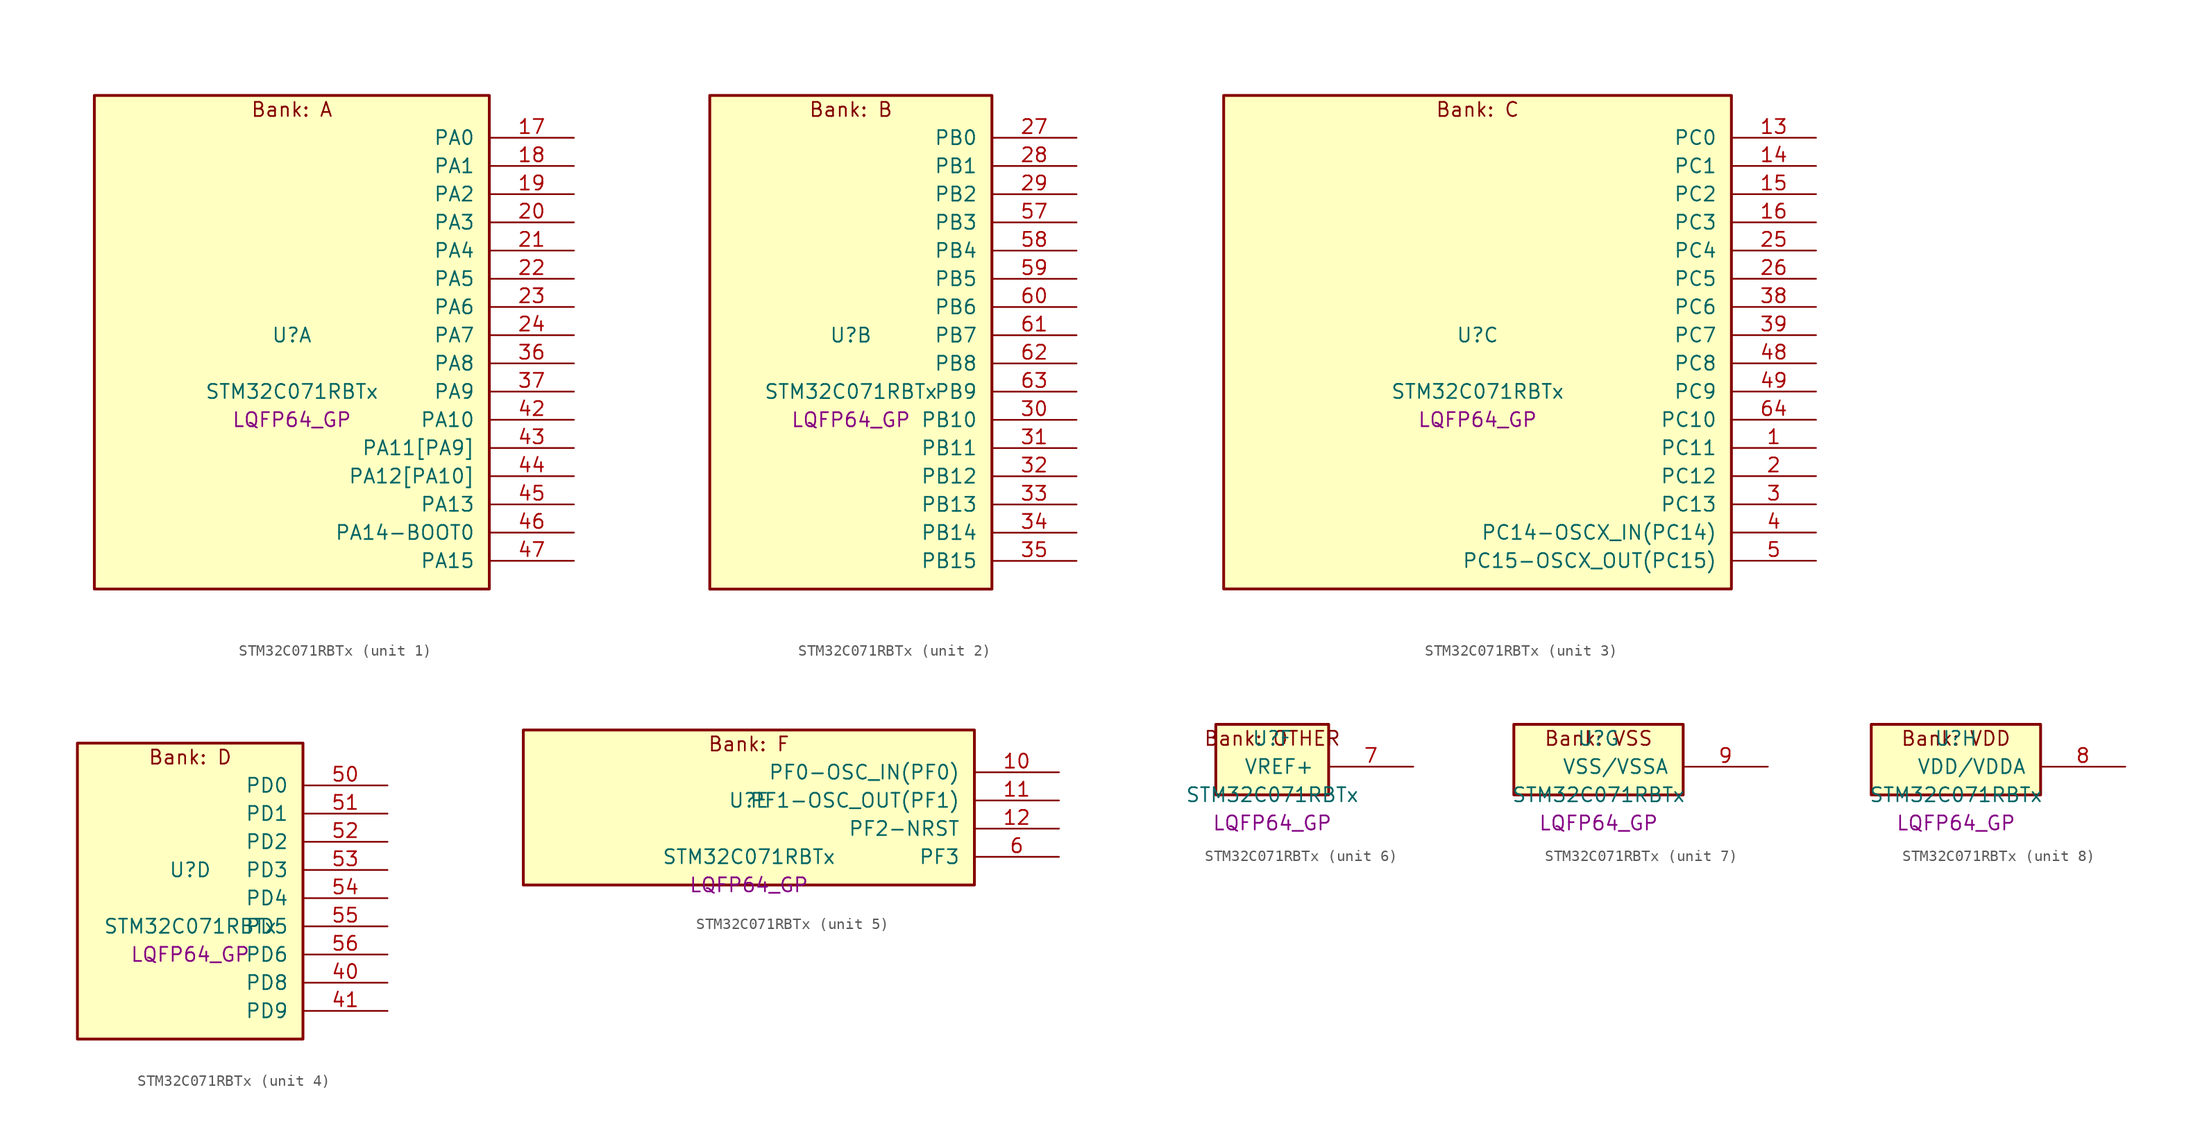
<source format=kicad_sym>
(kicad_symbol_lib
  (version 20241209)
  (generator "stm32_pkl_generator")
  (generator_version "1.0")
  (symbol "STM32C071RBTx"
    (pin_names
      (offset 1.27))
    (property "Reference" "U"
      (at 0 2.54 0))
    (property "Value" "STM32C071RBTx"
      (at 0 -2.54 0))
    (property "Footprint" "LQFP64_GP"
      (at 0 -5.08 0))
    (symbol "STM32C071RBTx_1_1"
      (rectangle (start -17.78 24.13) (end 17.78 -20.32) (stroke (width 0.254) (type solid)) (fill (type background)))
      (text "Bank: A" (at 0 22.86 0))
      (pin bidirectional line (at 25.4 20.32 180) (length 7.62) (name "PA0") (number "17") (alternate "PA0/ADC1_IN0" bidirectional line) (alternate "PA0/PWR_WKUP1" bidirectional line) (alternate "PA0/SPI2_SCK" bidirectional line) (alternate "PA0/TIM16_CH1" bidirectional line) (alternate "PA0/TIM1_CH1" bidirectional line) (alternate "PA0/TIM2_CH1" bidirectional line) (alternate "PA0/TIM2_ETR" bidirectional line) (alternate "PA0/USART1_TX" bidirectional line) (alternate "PA0/USART2_CTS" bidirectional line) (alternate "PA0/USART2_NSS" bidirectional line))
      (pin bidirectional line (at 25.4 17.78 180) (length 7.62) (name "PA1") (number "18") (alternate "PA1/ADC1_IN1" bidirectional line) (alternate "PA1/I2C1_SMBA" bidirectional line) (alternate "PA1/I2S1_CK" bidirectional line) (alternate "PA1/SPI1_SCK" bidirectional line) (alternate "PA1/TIM17_CH1" bidirectional line) (alternate "PA1/TIM1_CH2" bidirectional line) (alternate "PA1/TIM2_CH2" bidirectional line) (alternate "PA1/USART1_RX" bidirectional line) (alternate "PA1/USART2_CK" bidirectional line) (alternate "PA1/USART2_DE" bidirectional line) (alternate "PA1/USART2_RTS" bidirectional line))
      (pin bidirectional line (at 25.4 15.24 180) (length 7.62) (name "PA2") (number "19") (alternate "PA2/ADC1_IN2" bidirectional line) (alternate "PA2/I2S1_SD" bidirectional line) (alternate "PA2/PWR_WKUP4" bidirectional line) (alternate "PA2/RCC_LSCO" bidirectional line) (alternate "PA2/SPI1_MOSI" bidirectional line) (alternate "PA2/TIM16_CH1N" bidirectional line) (alternate "PA2/TIM1_CH3" bidirectional line) (alternate "PA2/TIM2_CH3" bidirectional line) (alternate "PA2/TIM3_ETR" bidirectional line) (alternate "PA2/USART2_TX" bidirectional line))
      (pin bidirectional line (at 25.4 12.7 180) (length 7.62) (name "PA3") (number "20") (alternate "PA3/ADC1_IN3" bidirectional line) (alternate "PA3/SPI2_MISO" bidirectional line) (alternate "PA3/TIM1_CH1N" bidirectional line) (alternate "PA3/TIM1_CH4" bidirectional line) (alternate "PA3/TIM2_CH4" bidirectional line) (alternate "PA3/USART2_RX" bidirectional line))
      (pin bidirectional line (at 25.4 10.16 180) (length 7.62) (name "PA4") (number "21") (alternate "PA4/ADC1_IN4" bidirectional line) (alternate "PA4/I2S1_WS" bidirectional line) (alternate "PA4/RTC_OUT2" bidirectional line) (alternate "PA4/SPI1_NSS" bidirectional line) (alternate "PA4/SPI2_MOSI" bidirectional line) (alternate "PA4/TIM14_CH1" bidirectional line) (alternate "PA4/TIM17_CH1N" bidirectional line) (alternate "PA4/TIM1_CH2N" bidirectional line) (alternate "PA4/USART2_TX" bidirectional line) (alternate "PA4/USB_NOE" bidirectional line))
      (pin bidirectional line (at 25.4 7.62 180) (length 7.62) (name "PA5") (number "22") (alternate "PA5/ADC1_IN5" bidirectional line) (alternate "PA5/I2S1_CK" bidirectional line) (alternate "PA5/SPI1_SCK" bidirectional line) (alternate "PA5/TIM1_CH1" bidirectional line) (alternate "PA5/TIM1_CH3N" bidirectional line) (alternate "PA5/TIM2_CH1" bidirectional line) (alternate "PA5/TIM2_ETR" bidirectional line) (alternate "PA5/USART2_RX" bidirectional line))
      (pin bidirectional line (at 25.4 5.08 180) (length 7.62) (name "PA6") (number "23") (alternate "PA6/ADC1_IN6" bidirectional line) (alternate "PA6/I2C2_SDA" bidirectional line) (alternate "PA6/I2S1_MCK" bidirectional line) (alternate "PA6/SPI1_MISO" bidirectional line) (alternate "PA6/TIM16_CH1" bidirectional line) (alternate "PA6/TIM1_BKIN" bidirectional line) (alternate "PA6/TIM3_CH1" bidirectional line))
      (pin bidirectional line (at 25.4 2.54 180) (length 7.62) (name "PA7") (number "24") (alternate "PA7/ADC1_IN7" bidirectional line) (alternate "PA7/I2C2_SCL" bidirectional line) (alternate "PA7/I2S1_SD" bidirectional line) (alternate "PA7/SPI1_MOSI" bidirectional line) (alternate "PA7/TIM14_CH1" bidirectional line) (alternate "PA7/TIM17_CH1" bidirectional line) (alternate "PA7/TIM1_CH1N" bidirectional line) (alternate "PA7/TIM3_CH2" bidirectional line))
      (pin bidirectional line (at 25.4 0 180) (length 7.62) (name "PA8") (number "36") (alternate "PA8/ADC1_IN8" bidirectional line) (alternate "PA8/CRS_SYNC" bidirectional line) (alternate "PA8/I2S1_WS" bidirectional line) (alternate "PA8/RCC_MCO" bidirectional line) (alternate "PA8/RCC_MCO_2" bidirectional line) (alternate "PA8/SPI1_NSS" bidirectional line) (alternate "PA8/SPI2_MISO" bidirectional line) (alternate "PA8/SPI2_NSS" bidirectional line) (alternate "PA8/TIM14_CH1" bidirectional line) (alternate "PA8/TIM1_CH1" bidirectional line) (alternate "PA8/TIM1_CH2N" bidirectional line) (alternate "PA8/TIM1_CH3N" bidirectional line) (alternate "PA8/TIM3_CH3" bidirectional line) (alternate "PA8/TIM3_CH4" bidirectional line) (alternate "PA8/USART1_RX" bidirectional line) (alternate "PA8/USART2_TX" bidirectional line))
      (pin bidirectional line (at 25.4 -2.54 180) (length 7.62) (name "PA9") (number "37") (alternate "PA9/I2C1_SCL" bidirectional line) (alternate "PA9/I2C2_SCL" bidirectional line) (alternate "PA9/RCC_MCO" bidirectional line) (alternate "PA9/SPI2_MISO" bidirectional line) (alternate "PA9/TIM1_CH2" bidirectional line) (alternate "PA9/TIM3_ETR" bidirectional line) (alternate "PA9/USART1_TX" bidirectional line) (alternate "PA9/NC" bidirectional line))
      (pin bidirectional line (at 25.4 -5.08 180) (length 7.62) (name "PA10") (number "42") (alternate "PA10/I2C1_SDA" bidirectional line) (alternate "PA10/I2C2_SDA" bidirectional line) (alternate "PA10/RCC_MCO_2" bidirectional line) (alternate "PA10/SPI2_MOSI" bidirectional line) (alternate "PA10/TIM17_BKIN" bidirectional line) (alternate "PA10/TIM1_CH3" bidirectional line) (alternate "PA10/USART1_RX" bidirectional line) (alternate "PA10/NC" bidirectional line))
      (pin bidirectional line (at 25.4 -7.62 180) (length 7.62) (name "PA11[PA9]") (number "43") (alternate "PA11[PA9]/ADC1_EXTI11" bidirectional line) (alternate "PA11[PA9]/I2C2_SCL" bidirectional line) (alternate "PA11[PA9]/I2S1_MCK" bidirectional line) (alternate "PA11[PA9]/SPI1_MISO" bidirectional line) (alternate "PA11[PA9]/TIM1_BKIN2" bidirectional line) (alternate "PA11[PA9]/TIM1_CH4" bidirectional line) (alternate "PA11[PA9]/USART1_CTS" bidirectional line) (alternate "PA11[PA9]/USART1_NSS" bidirectional line) (alternate "PA11[PA9]/USB_DM" bidirectional line) (alternate "PA11[PA9]/PA9[PA11]" bidirectional line) (alternate "PA11[PA9]/I2C1_SCL" bidirectional line) (alternate "PA11[PA9]/RCC_MCO" bidirectional line) (alternate "PA11[PA9]/SPI2_MISO" bidirectional line) (alternate "PA11[PA9]/TIM1_CH2" bidirectional line) (alternate "PA11[PA9]/TIM3_ETR" bidirectional line) (alternate "PA11[PA9]/USART1_TX" bidirectional line))
      (pin bidirectional line (at 25.4 -10.16 180) (length 7.62) (name "PA12[PA10]") (number "44") (alternate "PA12[PA10]/I2C2_SDA" bidirectional line) (alternate "PA12[PA10]/I2S1_SD" bidirectional line) (alternate "PA12[PA10]/I2S_CKIN" bidirectional line) (alternate "PA12[PA10]/SPI1_MOSI" bidirectional line) (alternate "PA12[PA10]/TIM1_ETR" bidirectional line) (alternate "PA12[PA10]/USART1_CK" bidirectional line) (alternate "PA12[PA10]/USART1_DE" bidirectional line) (alternate "PA12[PA10]/USART1_RTS" bidirectional line) (alternate "PA12[PA10]/USB_DP" bidirectional line) (alternate "PA12[PA10]/PA10[PA12]" bidirectional line) (alternate "PA12[PA10]/I2C1_SDA" bidirectional line) (alternate "PA12[PA10]/RCC_MCO_2" bidirectional line) (alternate "PA12[PA10]/SPI2_MOSI" bidirectional line) (alternate "PA12[PA10]/TIM17_BKIN" bidirectional line) (alternate "PA12[PA10]/TIM1_CH3" bidirectional line) (alternate "PA12[PA10]/USART1_RX" bidirectional line))
      (pin bidirectional line (at 25.4 -12.7 180) (length 7.62) (name "PA13") (number "45") (alternate "PA13/ADC1_IN13" bidirectional line) (alternate "PA13/DEBUG_SWDIO" bidirectional line) (alternate "PA13/IR_OUT" bidirectional line) (alternate "PA13/TIM3_ETR" bidirectional line) (alternate "PA13/USART2_RX" bidirectional line) (alternate "PA13/USB_NOE" bidirectional line))
      (pin bidirectional line (at 25.4 -15.24 180) (length 7.62) (name "PA14-BOOT0") (number "46") (alternate "PA14-BOOT0/ADC1_IN14" bidirectional line) (alternate "PA14-BOOT0/DEBUG_SWCLK" bidirectional line) (alternate "PA14-BOOT0/I2S1_WS" bidirectional line) (alternate "PA14-BOOT0/RCC_MCO_2" bidirectional line) (alternate "PA14-BOOT0/SPI1_NSS" bidirectional line) (alternate "PA14-BOOT0/TIM1_CH1" bidirectional line) (alternate "PA14-BOOT0/USART1_CK" bidirectional line) (alternate "PA14-BOOT0/USART1_DE" bidirectional line) (alternate "PA14-BOOT0/USART1_RTS" bidirectional line) (alternate "PA14-BOOT0/USART2_RX" bidirectional line) (alternate "PA14-BOOT0/USART2_TX" bidirectional line))
      (pin bidirectional line (at 25.4 -17.78 180) (length 7.62) (name "PA15") (number "47") (alternate "PA15/I2S1_WS" bidirectional line) (alternate "PA15/RCC_MCO_2" bidirectional line) (alternate "PA15/SPI1_NSS" bidirectional line) (alternate "PA15/TIM1_CH1" bidirectional line) (alternate "PA15/TIM2_CH1" bidirectional line) (alternate "PA15/TIM2_ETR" bidirectional line) (alternate "PA15/USART1_CK" bidirectional line) (alternate "PA15/USART1_DE" bidirectional line) (alternate "PA15/USART1_RTS" bidirectional line) (alternate "PA15/USART2_RX" bidirectional line) (alternate "PA15/USB_NOE" bidirectional line)))
    (symbol "STM32C071RBTx_2_1"
      (rectangle (start -12.7 24.13) (end 12.7 -20.32) (stroke (width 0.254) (type solid)) (fill (type background)))
      (text "Bank: B" (at 0 22.86 0))
      (pin bidirectional line (at 20.32 20.32 180) (length 7.62) (name "PB0") (number "27") (alternate "PB0/ADC1_IN17" bidirectional line) (alternate "PB0/I2S1_WS" bidirectional line) (alternate "PB0/SPI1_NSS" bidirectional line) (alternate "PB0/TIM1_CH2N" bidirectional line) (alternate "PB0/TIM3_CH3" bidirectional line))
      (pin bidirectional line (at 20.32 17.78 180) (length 7.62) (name "PB1") (number "28") (alternate "PB1/ADC1_IN18" bidirectional line) (alternate "PB1/TIM14_CH1" bidirectional line) (alternate "PB1/TIM1_CH2N" bidirectional line) (alternate "PB1/TIM1_CH3N" bidirectional line) (alternate "PB1/TIM3_CH4" bidirectional line))
      (pin bidirectional line (at 20.32 15.24 180) (length 7.62) (name "PB2") (number "29") (alternate "PB2/ADC1_IN19" bidirectional line) (alternate "PB2/RCC_MCO_2" bidirectional line) (alternate "PB2/SPI2_MISO" bidirectional line) (alternate "PB2/USART1_RX" bidirectional line))
      (pin bidirectional line (at 20.32 12.7 180) (length 7.62) (name "PB3") (number "57") (alternate "PB3/I2C2_SCL" bidirectional line) (alternate "PB3/I2S1_CK" bidirectional line) (alternate "PB3/SPI1_SCK" bidirectional line) (alternate "PB3/TIM1_CH2" bidirectional line) (alternate "PB3/TIM2_CH2" bidirectional line) (alternate "PB3/TIM3_CH2" bidirectional line) (alternate "PB3/USART1_CK" bidirectional line) (alternate "PB3/USART1_DE" bidirectional line) (alternate "PB3/USART1_RTS" bidirectional line))
      (pin bidirectional line (at 20.32 10.16 180) (length 7.62) (name "PB4") (number "58") (alternate "PB4/I2C2_SDA" bidirectional line) (alternate "PB4/I2S1_MCK" bidirectional line) (alternate "PB4/SPI1_MISO" bidirectional line) (alternate "PB4/TIM17_BKIN" bidirectional line) (alternate "PB4/TIM3_CH1" bidirectional line) (alternate "PB4/USART1_CTS" bidirectional line) (alternate "PB4/USART1_NSS" bidirectional line))
      (pin bidirectional line (at 20.32 7.62 180) (length 7.62) (name "PB5") (number "59") (alternate "PB5/I2C1_SMBA" bidirectional line) (alternate "PB5/I2S1_SD" bidirectional line) (alternate "PB5/PWR_WKUP6" bidirectional line) (alternate "PB5/SPI1_MOSI" bidirectional line) (alternate "PB5/TIM16_BKIN" bidirectional line) (alternate "PB5/TIM3_CH2" bidirectional line) (alternate "PB5/TIM3_CH3" bidirectional line))
      (pin bidirectional line (at 20.32 5.08 180) (length 7.62) (name "PB6") (number "60") (alternate "PB6/I2C1_SCL" bidirectional line) (alternate "PB6/I2C1_SMBA" bidirectional line) (alternate "PB6/I2S1_CK" bidirectional line) (alternate "PB6/I2S1_MCK" bidirectional line) (alternate "PB6/I2S1_SD" bidirectional line) (alternate "PB6/PWR_WKUP3" bidirectional line) (alternate "PB6/SPI1_MISO" bidirectional line) (alternate "PB6/SPI1_MOSI" bidirectional line) (alternate "PB6/SPI1_SCK" bidirectional line) (alternate "PB6/SPI2_MISO" bidirectional line) (alternate "PB6/TIM16_BKIN" bidirectional line) (alternate "PB6/TIM16_CH1N" bidirectional line) (alternate "PB6/TIM17_BKIN" bidirectional line) (alternate "PB6/TIM1_CH2" bidirectional line) (alternate "PB6/TIM1_CH3" bidirectional line) (alternate "PB6/TIM3_CH1" bidirectional line) (alternate "PB6/TIM3_CH2" bidirectional line) (alternate "PB6/TIM3_CH3" bidirectional line) (alternate "PB6/USART1_CTS" bidirectional line) (alternate "PB6/USART1_NSS" bidirectional line) (alternate "PB6/USART1_TX" bidirectional line))
      (pin bidirectional line (at 20.32 2.54 180) (length 7.62) (name "PB7") (number "61") (alternate "PB7/I2C1_SCL" bidirectional line) (alternate "PB7/I2C1_SDA" bidirectional line) (alternate "PB7/SPI2_MOSI" bidirectional line) (alternate "PB7/TIM16_CH1" bidirectional line) (alternate "PB7/TIM17_CH1N" bidirectional line) (alternate "PB7/TIM1_CH4" bidirectional line) (alternate "PB7/TIM3_CH1" bidirectional line) (alternate "PB7/TIM3_CH4" bidirectional line) (alternate "PB7/USART1_RX" bidirectional line) (alternate "PB7/USART2_CTS" bidirectional line) (alternate "PB7/USART2_NSS" bidirectional line))
      (pin bidirectional line (at 20.32 0 180) (length 7.62) (name "PB8") (number "62") (alternate "PB8/I2C1_SCL" bidirectional line) (alternate "PB8/SPI2_SCK" bidirectional line) (alternate "PB8/TIM16_CH1" bidirectional line) (alternate "PB8/TIM3_CH1" bidirectional line) (alternate "PB8/USART2_CTS" bidirectional line) (alternate "PB8/USART2_NSS" bidirectional line))
      (pin bidirectional line (at 20.32 -2.54 180) (length 7.62) (name "PB9") (number "63") (alternate "PB9/I2C1_SDA" bidirectional line) (alternate "PB9/IR_OUT" bidirectional line) (alternate "PB9/SPI2_NSS" bidirectional line) (alternate "PB9/TIM17_CH1" bidirectional line) (alternate "PB9/TIM3_CH2" bidirectional line) (alternate "PB9/USART2_CK" bidirectional line) (alternate "PB9/USART2_DE" bidirectional line) (alternate "PB9/USART2_RTS" bidirectional line))
      (pin bidirectional line (at 20.32 -5.08 180) (length 7.62) (name "PB10") (number "30") (alternate "PB10/ADC1_IN20" bidirectional line) (alternate "PB10/I2C2_SCL" bidirectional line) (alternate "PB10/SPI2_SCK" bidirectional line) (alternate "PB10/TIM2_CH3" bidirectional line))
      (pin bidirectional line (at 20.32 -7.62 180) (length 7.62) (name "PB11") (number "31") (alternate "PB11/ADC1_EXTI11" bidirectional line) (alternate "PB11/ADC1_IN21" bidirectional line) (alternate "PB11/I2C2_SDA" bidirectional line) (alternate "PB11/SPI2_MOSI" bidirectional line) (alternate "PB11/TIM2_CH4" bidirectional line))
      (pin bidirectional line (at 20.32 -10.16 180) (length 7.62) (name "PB12") (number "32") (alternate "PB12/ADC1_IN22" bidirectional line) (alternate "PB12/SPI2_NSS" bidirectional line) (alternate "PB12/TIM1_BKIN" bidirectional line) (alternate "PB12/TIM1_BKIN2" bidirectional line))
      (pin bidirectional line (at 20.32 -12.7 180) (length 7.62) (name "PB13") (number "33") (alternate "PB13/I2C2_SCL" bidirectional line) (alternate "PB13/SPI2_SCK" bidirectional line) (alternate "PB13/TIM1_CH1N" bidirectional line))
      (pin bidirectional line (at 20.32 -15.24 180) (length 7.62) (name "PB14") (number "34") (alternate "PB14/I2C2_SDA" bidirectional line) (alternate "PB14/SPI2_MISO" bidirectional line) (alternate "PB14/TIM1_CH2N" bidirectional line))
      (pin bidirectional line (at 20.32 -17.78 180) (length 7.62) (name "PB15") (number "35") (alternate "PB15/RTC_REFIN" bidirectional line) (alternate "PB15/SPI2_MOSI" bidirectional line) (alternate "PB15/TIM1_CH3N" bidirectional line)))
    (symbol "STM32C071RBTx_3_1"
      (rectangle (start -22.86 24.13) (end 22.86 -20.32) (stroke (width 0.254) (type solid)) (fill (type background)))
      (text "Bank: C" (at 0 22.86 0))
      (pin bidirectional line (at 30.48 20.32 180) (length 7.62) (name "PC0") (number "13"))
      (pin bidirectional line (at 30.48 17.78 180) (length 7.62) (name "PC1") (number "14"))
      (pin bidirectional line (at 30.48 15.24 180) (length 7.62) (name "PC2") (number "15") (alternate "PC2/SPI2_MISO" bidirectional line))
      (pin bidirectional line (at 30.48 12.7 180) (length 7.62) (name "PC3") (number "16") (alternate "PC3/SPI2_MOSI" bidirectional line))
      (pin bidirectional line (at 30.48 10.16 180) (length 7.62) (name "PC4") (number "25") (alternate "PC4/ADC1_IN11" bidirectional line) (alternate "PC4/TIM2_CH1" bidirectional line) (alternate "PC4/TIM2_ETR" bidirectional line) (alternate "PC4/USART1_TX" bidirectional line))
      (pin bidirectional line (at 30.48 7.62 180) (length 7.62) (name "PC5") (number "26") (alternate "PC5/ADC1_IN12" bidirectional line) (alternate "PC5/PWR_WKUP5" bidirectional line) (alternate "PC5/TIM2_CH2" bidirectional line) (alternate "PC5/USART1_RX" bidirectional line))
      (pin bidirectional line (at 30.48 5.08 180) (length 7.62) (name "PC6") (number "38") (alternate "PC6/TIM2_CH3" bidirectional line) (alternate "PC6/TIM3_CH1" bidirectional line))
      (pin bidirectional line (at 30.48 2.54 180) (length 7.62) (name "PC7") (number "39") (alternate "PC7/TIM2_CH4" bidirectional line) (alternate "PC7/TIM3_CH2" bidirectional line))
      (pin bidirectional line (at 30.48 0 180) (length 7.62) (name "PC8") (number "48") (alternate "PC8/TIM1_CH1" bidirectional line) (alternate "PC8/TIM3_CH3" bidirectional line))
      (pin bidirectional line (at 30.48 -2.54 180) (length 7.62) (name "PC9") (number "49") (alternate "PC9/I2S_CKIN" bidirectional line) (alternate "PC9/TIM1_CH2" bidirectional line) (alternate "PC9/TIM3_CH4" bidirectional line) (alternate "PC9/USB_NOE" bidirectional line))
      (pin bidirectional line (at 30.48 -5.08 180) (length 7.62) (name "PC10") (number "64") (alternate "PC10/TIM1_CH3" bidirectional line))
      (pin bidirectional line (at 30.48 -7.62 180) (length 7.62) (name "PC11") (number "1") (alternate "PC11/ADC1_EXTI11" bidirectional line) (alternate "PC11/TIM1_CH4" bidirectional line))
      (pin bidirectional line (at 30.48 -10.16 180) (length 7.62) (name "PC12") (number "2") (alternate "PC12/TIM14_CH1" bidirectional line))
      (pin bidirectional line (at 30.48 -12.7 180) (length 7.62) (name "PC13") (number "3") (alternate "PC13/PWR_WKUP2" bidirectional line) (alternate "PC13/RTC_OUT1" bidirectional line) (alternate "PC13/RTC_TS" bidirectional line) (alternate "PC13/TIM1_BKIN" bidirectional line) (alternate "PC13/TIM1_ETR" bidirectional line))
      (pin bidirectional line (at 30.48 -15.24 180) (length 7.62) (name "PC14-OSCX_IN(PC14)") (number "4") (alternate "PC14-OSCX_IN(PC14)/I2C1_SDA" bidirectional line) (alternate "PC14-OSCX_IN(PC14)/IR_OUT" bidirectional line) (alternate "PC14-OSCX_IN(PC14)/RCC_OSCX_IN" bidirectional line) (alternate "PC14-OSCX_IN(PC14)/SPI2_NSS" bidirectional line) (alternate "PC14-OSCX_IN(PC14)/TIM17_CH1" bidirectional line) (alternate "PC14-OSCX_IN(PC14)/TIM1_BKIN2" bidirectional line) (alternate "PC14-OSCX_IN(PC14)/TIM1_ETR" bidirectional line) (alternate "PC14-OSCX_IN(PC14)/TIM3_CH2" bidirectional line) (alternate "PC14-OSCX_IN(PC14)/USART1_TX" bidirectional line) (alternate "PC14-OSCX_IN(PC14)/USART2_CK" bidirectional line) (alternate "PC14-OSCX_IN(PC14)/USART2_DE" bidirectional line) (alternate "PC14-OSCX_IN(PC14)/USART2_RTS" bidirectional line))
      (pin bidirectional line (at 30.48 -17.78 180) (length 7.62) (name "PC15-OSCX_OUT(PC15)") (number "5") (alternate "PC15-OSCX_OUT(PC15)/RCC_OSC32_EN" bidirectional line) (alternate "PC15-OSCX_OUT(PC15)/RCC_OSCX_OUT" bidirectional line) (alternate "PC15-OSCX_OUT(PC15)/RCC_OSC_EN" bidirectional line) (alternate "PC15-OSCX_OUT(PC15)/TIM1_ETR" bidirectional line) (alternate "PC15-OSCX_OUT(PC15)/TIM3_CH3" bidirectional line)))
    (symbol "STM32C071RBTx_4_1"
      (rectangle (start -10.16 13.97) (end 10.16 -12.7) (stroke (width 0.254) (type solid)) (fill (type background)))
      (text "Bank: D" (at 0 12.7 0))
      (pin bidirectional line (at 17.78 10.16 180) (length 7.62) (name "PD0") (number "50") (alternate "PD0/SPI2_NSS" bidirectional line) (alternate "PD0/TIM16_CH1" bidirectional line))
      (pin bidirectional line (at 17.78 7.62 180) (length 7.62) (name "PD1") (number "51") (alternate "PD1/SPI2_SCK" bidirectional line) (alternate "PD1/TIM17_CH1" bidirectional line))
      (pin bidirectional line (at 17.78 5.08 180) (length 7.62) (name "PD2") (number "52") (alternate "PD2/TIM1_CH1N" bidirectional line) (alternate "PD2/TIM3_ETR" bidirectional line))
      (pin bidirectional line (at 17.78 2.54 180) (length 7.62) (name "PD3") (number "53") (alternate "PD3/SPI2_MISO" bidirectional line) (alternate "PD3/TIM1_CH2N" bidirectional line) (alternate "PD3/USART2_CTS" bidirectional line) (alternate "PD3/USART2_NSS" bidirectional line))
      (pin bidirectional line (at 17.78 0 180) (length 7.62) (name "PD4") (number "54") (alternate "PD4/SPI2_MOSI" bidirectional line) (alternate "PD4/TIM1_CH3N" bidirectional line) (alternate "PD4/USART2_CK" bidirectional line) (alternate "PD4/USART2_DE" bidirectional line) (alternate "PD4/USART2_RTS" bidirectional line))
      (pin bidirectional line (at 17.78 -2.54 180) (length 7.62) (name "PD5") (number "55") (alternate "PD5/I2S1_MCK" bidirectional line) (alternate "PD5/SPI1_MISO" bidirectional line) (alternate "PD5/TIM1_BKIN" bidirectional line) (alternate "PD5/USART2_TX" bidirectional line))
      (pin bidirectional line (at 17.78 -5.08 180) (length 7.62) (name "PD6") (number "56") (alternate "PD6/I2S1_SD" bidirectional line) (alternate "PD6/SPI1_MOSI" bidirectional line) (alternate "PD6/USART2_RX" bidirectional line))
      (pin bidirectional line (at 17.78 -7.62 180) (length 7.62) (name "PD8") (number "40") (alternate "PD8/I2S1_CK" bidirectional line) (alternate "PD8/SPI1_SCK" bidirectional line))
      (pin bidirectional line (at 17.78 -10.16 180) (length 7.62) (name "PD9") (number "41") (alternate "PD9/I2S1_WS" bidirectional line) (alternate "PD9/SPI1_NSS" bidirectional line) (alternate "PD9/TIM1_BKIN2" bidirectional line)))
    (symbol "STM32C071RBTx_5_1"
      (rectangle (start -20.32 8.89) (end 20.32 -5.08) (stroke (width 0.254) (type solid)) (fill (type background)))
      (text "Bank: F" (at 0 7.62 0))
      (pin bidirectional line (at 27.94 5.08 180) (length 7.62) (name "PF0-OSC_IN(PF0)") (number "10") (alternate "PF0-OSC_IN(PF0)/CRS_SYNC" bidirectional line) (alternate "PF0-OSC_IN(PF0)/RCC_OSC_IN" bidirectional line) (alternate "PF0-OSC_IN(PF0)/TIM14_CH1" bidirectional line))
      (pin bidirectional line (at 27.94 2.54 180) (length 7.62) (name "PF1-OSC_OUT(PF1)") (number "11") (alternate "PF1-OSC_OUT(PF1)/RCC_OSC_EN" bidirectional line) (alternate "PF1-OSC_OUT(PF1)/RCC_OSC_OUT" bidirectional line))
      (pin bidirectional line (at 27.94 0 180) (length 7.62) (name "PF2-NRST") (number "12") (alternate "PF2-NRST/RCC_MCO" bidirectional line) (alternate "PF2-NRST/TIM1_CH4" bidirectional line))
      (pin bidirectional line (at 27.94 -2.54 180) (length 7.62) (name "PF3") (number "6")))
    (symbol "STM32C071RBTx_6_1"
      (rectangle (start -5.08 3.81) (end 5.08 -2.54) (stroke (width 0.254) (type solid)) (fill (type background)))
      (text "Bank: OTHER" (at 0 2.54 0))
      (pin bidirectional line (at 12.7 0 180) (length 7.62) (name "VREF+") (number "7")))
    (symbol "STM32C071RBTx_7_1"
      (rectangle (start -7.62 3.81) (end 7.62 -2.54) (stroke (width 0.254) (type solid)) (fill (type background)))
      (text "Bank: VSS" (at 0 2.54 0))
      (pin power_in line (at 15.24 0 180) (length 7.62) (name "VSS/VSSA") (number "9")))
    (symbol "STM32C071RBTx_8_1"
      (rectangle (start -7.62 3.81) (end 7.62 -2.54) (stroke (width 0.254) (type solid)) (fill (type background)))
      (text "Bank: VDD" (at 0 2.54 0))
      (pin power_in line (at 15.24 0 180) (length 7.62) (name "VDD/VDDA") (number "8")))))
</source>
